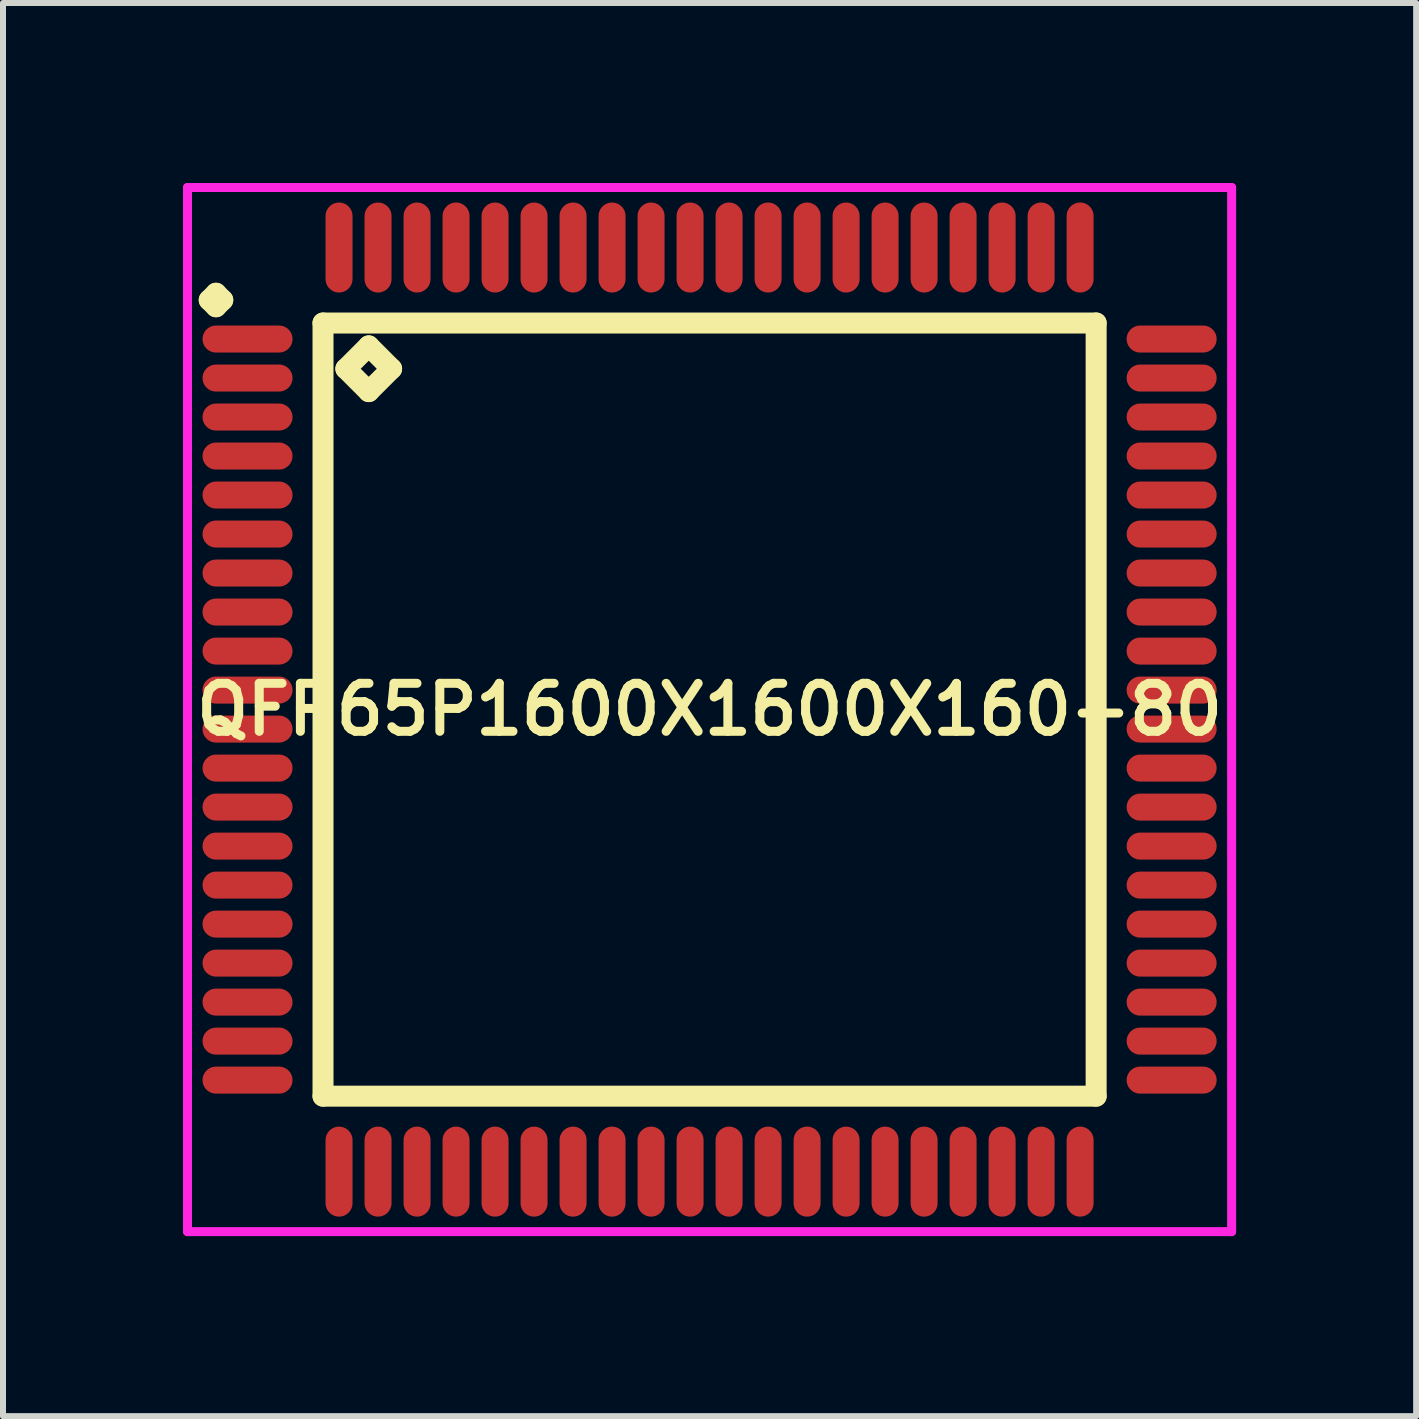
<source format=kicad_pcb>
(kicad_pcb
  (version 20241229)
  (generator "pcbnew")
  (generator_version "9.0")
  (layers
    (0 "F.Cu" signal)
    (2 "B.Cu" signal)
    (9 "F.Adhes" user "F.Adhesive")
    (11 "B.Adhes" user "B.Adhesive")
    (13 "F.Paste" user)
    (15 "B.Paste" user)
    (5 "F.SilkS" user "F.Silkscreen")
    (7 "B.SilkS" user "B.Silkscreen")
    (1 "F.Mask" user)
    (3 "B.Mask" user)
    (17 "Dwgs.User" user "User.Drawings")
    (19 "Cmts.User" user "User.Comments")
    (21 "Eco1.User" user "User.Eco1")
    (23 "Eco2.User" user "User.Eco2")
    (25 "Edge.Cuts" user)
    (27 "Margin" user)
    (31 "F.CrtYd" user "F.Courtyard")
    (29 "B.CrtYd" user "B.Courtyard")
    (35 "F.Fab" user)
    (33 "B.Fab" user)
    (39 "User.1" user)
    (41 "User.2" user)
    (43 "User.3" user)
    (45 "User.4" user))
  (footprint "QFP65P1600X1600X160-80"
    (layer "F.Cu")
    (at 8.775 8.775)
    (property "Reference" "QFP65P1600X1600X160-80" (at 0 0 0) (layer "F.SilkS") (effects (font (size 0.8 0.8) (thickness 0.15))))
    (attr smd)
    (fp_line (start -8.338 -6.825) (end -8.225 -6.938) (stroke (width 0.35) (type solid)) (layer "F.SilkS"))
    (fp_line (start -8.225 -6.938) (end -8.113 -6.825) (stroke (width 0.35) (type solid)) (layer "F.SilkS"))
    (fp_line (start -8.225 -6.713) (end -8.338 -6.825) (stroke (width 0.35) (type solid)) (layer "F.SilkS"))
    (fp_line (start -8.113 -6.825) (end -8.225 -6.713) (stroke (width 0.35) (type solid)) (layer "F.SilkS"))
    (fp_line (start -6.442 -6.442) (end -6.442 6.442) (stroke (width 0.35) (type solid)) (layer "F.SilkS"))
    (fp_line (start -6.442 6.442) (end 6.442 6.442) (stroke (width 0.35) (type solid)) (layer "F.SilkS"))
    (fp_line (start -6.061 -5.68) (end -5.68 -6.061) (stroke (width 0.35) (type solid)) (layer "F.SilkS"))
    (fp_line (start -5.68 -6.061) (end -5.299 -5.68) (stroke (width 0.35) (type solid)) (layer "F.SilkS"))
    (fp_line (start -5.68 -5.299) (end -6.061 -5.68) (stroke (width 0.35) (type solid)) (layer "F.SilkS"))
    (fp_line (start -5.299 -5.68) (end -5.68 -5.299) (stroke (width 0.35) (type solid)) (layer "F.SilkS"))
    (fp_line (start 6.442 -6.442) (end -6.442 -6.442) (stroke (width 0.35) (type solid)) (layer "F.SilkS"))
    (fp_line (start 6.442 6.442) (end 6.442 -6.442) (stroke (width 0.35) (type solid)) (layer "F.SilkS"))
    (fp_line (start -8.7 -8.7) (end 8.7 -8.7) (stroke (width 0.15) (type solid)) (layer "F.CrtYd"))
    (fp_line (start -8.7 8.7) (end -8.7 -8.7) (stroke (width 0.15) (type solid)) (layer "F.CrtYd"))
    (fp_line (start 8.7 -8.7) (end 8.7 8.7) (stroke (width 0.15) (type solid)) (layer "F.CrtYd"))
    (fp_line (start 8.7 8.7) (end -8.7 8.7) (stroke (width 0.15) (type solid)) (layer "F.CrtYd"))
    (pad "1" smd oval (at -7.7 -6.175) (size 1.5 0.45) (layers "F.Cu" "F.Mask" "F.Paste"))
    (pad "2" smd oval (at -7.7 -5.525) (size 1.5 0.45) (layers "F.Cu" "F.Mask" "F.Paste"))
    (pad "3" smd oval (at -7.7 -4.875) (size 1.5 0.45) (layers "F.Cu" "F.Mask" "F.Paste"))
    (pad "4" smd oval (at -7.7 -4.225) (size 1.5 0.45) (layers "F.Cu" "F.Mask" "F.Paste"))
    (pad "5" smd oval (at -7.7 -3.575) (size 1.5 0.45) (layers "F.Cu" "F.Mask" "F.Paste"))
    (pad "6" smd oval (at -7.7 -2.925) (size 1.5 0.45) (layers "F.Cu" "F.Mask" "F.Paste"))
    (pad "7" smd oval (at -7.7 -2.275) (size 1.5 0.45) (layers "F.Cu" "F.Mask" "F.Paste"))
    (pad "8" smd oval (at -7.7 -1.625) (size 1.5 0.45) (layers "F.Cu" "F.Mask" "F.Paste"))
    (pad "9" smd oval (at -7.7 -0.975) (size 1.5 0.45) (layers "F.Cu" "F.Mask" "F.Paste"))
    (pad "10" smd oval (at -7.7 -0.325) (size 1.5 0.45) (layers "F.Cu" "F.Mask" "F.Paste"))
    (pad "11" smd oval (at -7.7 0.325) (size 1.5 0.45) (layers "F.Cu" "F.Mask" "F.Paste"))
    (pad "12" smd oval (at -7.7 0.975) (size 1.5 0.45) (layers "F.Cu" "F.Mask" "F.Paste"))
    (pad "13" smd oval (at -7.7 1.625) (size 1.5 0.45) (layers "F.Cu" "F.Mask" "F.Paste"))
    (pad "14" smd oval (at -7.7 2.275) (size 1.5 0.45) (layers "F.Cu" "F.Mask" "F.Paste"))
    (pad "15" smd oval (at -7.7 2.925) (size 1.5 0.45) (layers "F.Cu" "F.Mask" "F.Paste"))
    (pad "16" smd oval (at -7.7 3.575) (size 1.5 0.45) (layers "F.Cu" "F.Mask" "F.Paste"))
    (pad "17" smd oval (at -7.7 4.225) (size 1.5 0.45) (layers "F.Cu" "F.Mask" "F.Paste"))
    (pad "18" smd oval (at -7.7 4.875) (size 1.5 0.45) (layers "F.Cu" "F.Mask" "F.Paste"))
    (pad "19" smd oval (at -7.7 5.525) (size 1.5 0.45) (layers "F.Cu" "F.Mask" "F.Paste"))
    (pad "20" smd oval (at -7.7 6.175) (size 1.5 0.45) (layers "F.Cu" "F.Mask" "F.Paste"))
    (pad "21" smd oval (at -6.175 7.7) (size 0.45 1.5) (layers "F.Cu" "F.Mask" "F.Paste"))
    (pad "22" smd oval (at -5.525 7.7) (size 0.45 1.5) (layers "F.Cu" "F.Mask" "F.Paste"))
    (pad "23" smd oval (at -4.875 7.7) (size 0.45 1.5) (layers "F.Cu" "F.Mask" "F.Paste"))
    (pad "24" smd oval (at -4.225 7.7) (size 0.45 1.5) (layers "F.Cu" "F.Mask" "F.Paste"))
    (pad "25" smd oval (at -3.575 7.7) (size 0.45 1.5) (layers "F.Cu" "F.Mask" "F.Paste"))
    (pad "26" smd oval (at -2.925 7.7) (size 0.45 1.5) (layers "F.Cu" "F.Mask" "F.Paste"))
    (pad "27" smd oval (at -2.275 7.7) (size 0.45 1.5) (layers "F.Cu" "F.Mask" "F.Paste"))
    (pad "28" smd oval (at -1.625 7.7) (size 0.45 1.5) (layers "F.Cu" "F.Mask" "F.Paste"))
    (pad "29" smd oval (at -0.975 7.7) (size 0.45 1.5) (layers "F.Cu" "F.Mask" "F.Paste"))
    (pad "30" smd oval (at -0.325 7.7) (size 0.45 1.5) (layers "F.Cu" "F.Mask" "F.Paste"))
    (pad "31" smd oval (at 0.325 7.7) (size 0.45 1.5) (layers "F.Cu" "F.Mask" "F.Paste"))
    (pad "32" smd oval (at 0.975 7.7) (size 0.45 1.5) (layers "F.Cu" "F.Mask" "F.Paste"))
    (pad "33" smd oval (at 1.625 7.7) (size 0.45 1.5) (layers "F.Cu" "F.Mask" "F.Paste"))
    (pad "34" smd oval (at 2.275 7.7) (size 0.45 1.5) (layers "F.Cu" "F.Mask" "F.Paste"))
    (pad "35" smd oval (at 2.925 7.7) (size 0.45 1.5) (layers "F.Cu" "F.Mask" "F.Paste"))
    (pad "36" smd oval (at 3.575 7.7) (size 0.45 1.5) (layers "F.Cu" "F.Mask" "F.Paste"))
    (pad "37" smd oval (at 4.225 7.7) (size 0.45 1.5) (layers "F.Cu" "F.Mask" "F.Paste"))
    (pad "38" smd oval (at 4.875 7.7) (size 0.45 1.5) (layers "F.Cu" "F.Mask" "F.Paste"))
    (pad "39" smd oval (at 5.525 7.7) (size 0.45 1.5) (layers "F.Cu" "F.Mask" "F.Paste"))
    (pad "40" smd oval (at 6.175 7.7) (size 0.45 1.5) (layers "F.Cu" "F.Mask" "F.Paste"))
    (pad "41" smd oval (at 7.7 6.175) (size 1.5 0.45) (layers "F.Cu" "F.Mask" "F.Paste"))
    (pad "42" smd oval (at 7.7 5.525) (size 1.5 0.45) (layers "F.Cu" "F.Mask" "F.Paste"))
    (pad "43" smd oval (at 7.7 4.875) (size 1.5 0.45) (layers "F.Cu" "F.Mask" "F.Paste"))
    (pad "44" smd oval (at 7.7 4.225) (size 1.5 0.45) (layers "F.Cu" "F.Mask" "F.Paste"))
    (pad "45" smd oval (at 7.7 3.575) (size 1.5 0.45) (layers "F.Cu" "F.Mask" "F.Paste"))
    (pad "46" smd oval (at 7.7 2.925) (size 1.5 0.45) (layers "F.Cu" "F.Mask" "F.Paste"))
    (pad "47" smd oval (at 7.7 2.275) (size 1.5 0.45) (layers "F.Cu" "F.Mask" "F.Paste"))
    (pad "48" smd oval (at 7.7 1.625) (size 1.5 0.45) (layers "F.Cu" "F.Mask" "F.Paste"))
    (pad "49" smd oval (at 7.7 0.975) (size 1.5 0.45) (layers "F.Cu" "F.Mask" "F.Paste"))
    (pad "50" smd oval (at 7.7 0.325) (size 1.5 0.45) (layers "F.Cu" "F.Mask" "F.Paste"))
    (pad "51" smd oval (at 7.7 -0.325) (size 1.5 0.45) (layers "F.Cu" "F.Mask" "F.Paste"))
    (pad "52" smd oval (at 7.7 -0.975) (size 1.5 0.45) (layers "F.Cu" "F.Mask" "F.Paste"))
    (pad "53" smd oval (at 7.7 -1.625) (size 1.5 0.45) (layers "F.Cu" "F.Mask" "F.Paste"))
    (pad "54" smd oval (at 7.7 -2.275) (size 1.5 0.45) (layers "F.Cu" "F.Mask" "F.Paste"))
    (pad "55" smd oval (at 7.7 -2.925) (size 1.5 0.45) (layers "F.Cu" "F.Mask" "F.Paste"))
    (pad "56" smd oval (at 7.7 -3.575) (size 1.5 0.45) (layers "F.Cu" "F.Mask" "F.Paste"))
    (pad "57" smd oval (at 7.7 -4.225) (size 1.5 0.45) (layers "F.Cu" "F.Mask" "F.Paste"))
    (pad "58" smd oval (at 7.7 -4.875) (size 1.5 0.45) (layers "F.Cu" "F.Mask" "F.Paste"))
    (pad "59" smd oval (at 7.7 -5.525) (size 1.5 0.45) (layers "F.Cu" "F.Mask" "F.Paste"))
    (pad "60" smd oval (at 7.7 -6.175) (size 1.5 0.45) (layers "F.Cu" "F.Mask" "F.Paste"))
    (pad "61" smd oval (at 6.175 -7.7) (size 0.45 1.5) (layers "F.Cu" "F.Mask" "F.Paste"))
    (pad "62" smd oval (at 5.525 -7.7) (size 0.45 1.5) (layers "F.Cu" "F.Mask" "F.Paste"))
    (pad "63" smd oval (at 4.875 -7.7) (size 0.45 1.5) (layers "F.Cu" "F.Mask" "F.Paste"))
    (pad "64" smd oval (at 4.225 -7.7) (size 0.45 1.5) (layers "F.Cu" "F.Mask" "F.Paste"))
    (pad "65" smd oval (at 3.575 -7.7) (size 0.45 1.5) (layers "F.Cu" "F.Mask" "F.Paste"))
    (pad "66" smd oval (at 2.925 -7.7) (size 0.45 1.5) (layers "F.Cu" "F.Mask" "F.Paste"))
    (pad "67" smd oval (at 2.275 -7.7) (size 0.45 1.5) (layers "F.Cu" "F.Mask" "F.Paste"))
    (pad "68" smd oval (at 1.625 -7.7) (size 0.45 1.5) (layers "F.Cu" "F.Mask" "F.Paste"))
    (pad "69" smd oval (at 0.975 -7.7) (size 0.45 1.5) (layers "F.Cu" "F.Mask" "F.Paste"))
    (pad "70" smd oval (at 0.325 -7.7) (size 0.45 1.5) (layers "F.Cu" "F.Mask" "F.Paste"))
    (pad "71" smd oval (at -0.325 -7.7) (size 0.45 1.5) (layers "F.Cu" "F.Mask" "F.Paste"))
    (pad "72" smd oval (at -0.975 -7.7) (size 0.45 1.5) (layers "F.Cu" "F.Mask" "F.Paste"))
    (pad "73" smd oval (at -1.625 -7.7) (size 0.45 1.5) (layers "F.Cu" "F.Mask" "F.Paste"))
    (pad "74" smd oval (at -2.275 -7.7) (size 0.45 1.5) (layers "F.Cu" "F.Mask" "F.Paste"))
    (pad "75" smd oval (at -2.925 -7.7) (size 0.45 1.5) (layers "F.Cu" "F.Mask" "F.Paste"))
    (pad "76" smd oval (at -3.575 -7.7) (size 0.45 1.5) (layers "F.Cu" "F.Mask" "F.Paste"))
    (pad "77" smd oval (at -4.225 -7.7) (size 0.45 1.5) (layers "F.Cu" "F.Mask" "F.Paste"))
    (pad "78" smd oval (at -4.875 -7.7) (size 0.45 1.5) (layers "F.Cu" "F.Mask" "F.Paste"))
    (pad "79" smd oval (at -5.525 -7.7) (size 0.45 1.5) (layers "F.Cu" "F.Mask" "F.Paste"))
    (pad "80" smd oval (at -6.175 -7.7) (size 0.45 1.5) (layers "F.Cu" "F.Mask" "F.Paste")))
  (gr_rect
    (start -3 -3)
    (end 20.55 20.55)
    (stroke (width 0.1) (type default))
    (fill no)
    (layer "Edge.Cuts")))
</source>
